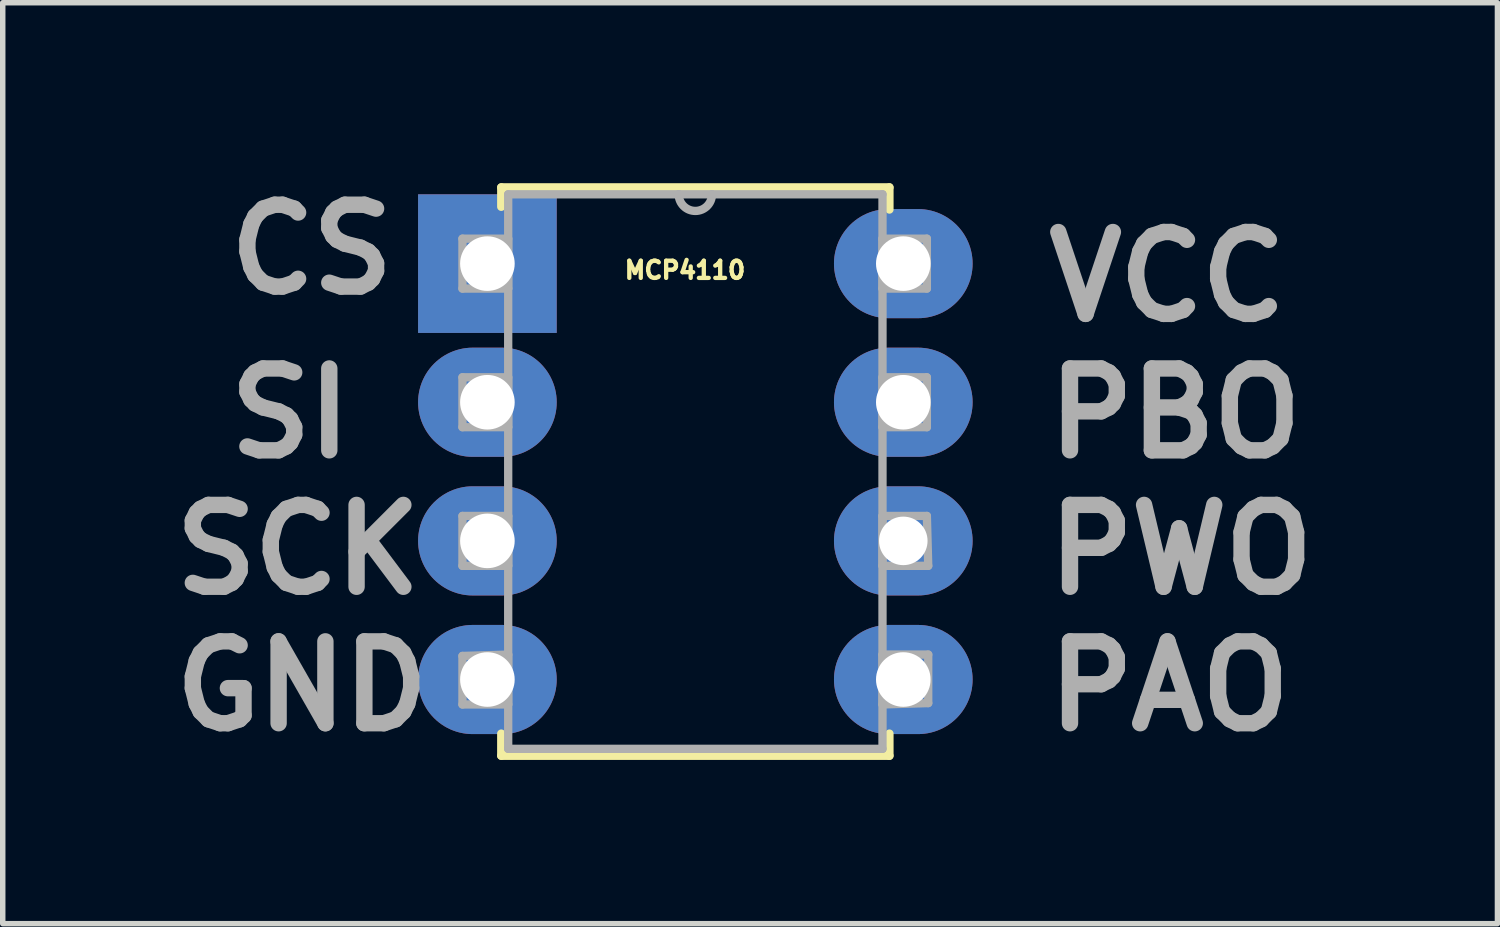
<source format=kicad_pcb>
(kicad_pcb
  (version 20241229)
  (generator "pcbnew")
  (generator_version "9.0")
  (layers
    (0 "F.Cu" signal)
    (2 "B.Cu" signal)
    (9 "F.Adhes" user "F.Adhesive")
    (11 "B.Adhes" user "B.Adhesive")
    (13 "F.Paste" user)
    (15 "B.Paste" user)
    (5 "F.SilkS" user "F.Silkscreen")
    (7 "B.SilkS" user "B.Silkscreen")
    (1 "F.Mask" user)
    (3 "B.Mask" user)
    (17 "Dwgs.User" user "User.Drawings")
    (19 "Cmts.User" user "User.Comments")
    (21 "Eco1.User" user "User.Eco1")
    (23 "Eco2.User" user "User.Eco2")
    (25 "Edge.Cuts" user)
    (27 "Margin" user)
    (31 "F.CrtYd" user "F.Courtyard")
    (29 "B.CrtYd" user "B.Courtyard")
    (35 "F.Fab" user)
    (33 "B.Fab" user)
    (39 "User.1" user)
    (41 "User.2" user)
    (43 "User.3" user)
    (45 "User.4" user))
  (footprint "MCP4110"
    (layer "F.Cu")
    (at 13.5 9.4)
    (property "Reference" "MCP4110" (at -4 -7.5 0) (layer "F.SilkS") (effects (font (size 0.315 0.315) (thickness 0.079))))
    (attr through_hole)
    (fp_line (start -7.366 -9.017) (end -7.366 -8.661) (stroke (width 0.152) (type solid)) (layer "F.SilkS"))
    (fp_line (start -7.366 0.991) (end -7.366 1.397) (stroke (width 0.152) (type solid)) (layer "F.SilkS"))
    (fp_line (start -7.366 1.397) (end -0.254 1.397) (stroke (width 0.152) (type solid)) (layer "F.SilkS"))
    (fp_line (start -0.254 -9.017) (end -7.366 -9.017) (stroke (width 0.152) (type solid)) (layer "F.SilkS"))
    (fp_line (start -0.254 -8.611) (end -0.254 -9.017) (stroke (width 0.152) (type solid)) (layer "F.SilkS"))
    (fp_line (start -0.254 1.397) (end -0.254 0.991) (stroke (width 0.152) (type solid)) (layer "F.SilkS"))
    (fp_line (start -8.077 -8.077) (end -8.077 -7.163) (stroke (width 0.152) (type solid)) (layer "F.Fab"))
    (fp_line (start -8.077 -7.163) (end -7.239 -7.163) (stroke (width 0.152) (type solid)) (layer "F.Fab"))
    (fp_line (start -8.077 -5.537) (end -8.077 -4.623) (stroke (width 0.152) (type solid)) (layer "F.Fab"))
    (fp_line (start -8.077 -4.623) (end -7.239 -4.623) (stroke (width 0.152) (type solid)) (layer "F.Fab"))
    (fp_line (start -8.077 -2.997) (end -8.077 -2.083) (stroke (width 0.152) (type solid)) (layer "F.Fab"))
    (fp_line (start -8.077 -2.083) (end -7.239 -2.083) (stroke (width 0.152) (type solid)) (layer "F.Fab"))
    (fp_line (start -8.077 -0.432) (end -8.077 0.457) (stroke (width 0.152) (type solid)) (layer "F.Fab"))
    (fp_line (start -8.077 0.457) (end -7.239 0.457) (stroke (width 0.152) (type solid)) (layer "F.Fab"))
    (fp_line (start -7.239 -8.89) (end -7.239 1.27) (stroke (width 0.152) (type solid)) (layer "F.Fab"))
    (fp_line (start -7.239 -8.077) (end -8.077 -8.077) (stroke (width 0.152) (type solid)) (layer "F.Fab"))
    (fp_line (start -7.239 -7.163) (end -7.239 -8.077) (stroke (width 0.152) (type solid)) (layer "F.Fab"))
    (fp_line (start -7.239 -5.537) (end -8.077 -5.537) (stroke (width 0.152) (type solid)) (layer "F.Fab"))
    (fp_line (start -7.239 -4.623) (end -7.239 -5.537) (stroke (width 0.152) (type solid)) (layer "F.Fab"))
    (fp_line (start -7.239 -2.997) (end -8.077 -2.997) (stroke (width 0.152) (type solid)) (layer "F.Fab"))
    (fp_line (start -7.239 -2.083) (end -7.239 -2.997) (stroke (width 0.152) (type solid)) (layer "F.Fab"))
    (fp_line (start -7.239 -0.457) (end -8.077 -0.432) (stroke (width 0.152) (type solid)) (layer "F.Fab"))
    (fp_line (start -7.239 0.457) (end -7.239 -0.457) (stroke (width 0.152) (type solid)) (layer "F.Fab"))
    (fp_line (start -7.239 1.27) (end -0.381 1.27) (stroke (width 0.152) (type solid)) (layer "F.Fab"))
    (fp_line (start -4.115 -8.89) (end -7.239 -8.89) (stroke (width 0.152) (type solid)) (layer "F.Fab"))
    (fp_line (start -3.505 -8.89) (end -4.115 -8.89) (stroke (width 0.152) (type solid)) (layer "F.Fab"))
    (fp_line (start -0.381 -8.89) (end -3.505 -8.89) (stroke (width 0.152) (type solid)) (layer "F.Fab"))
    (fp_line (start -0.381 -8.077) (end -0.381 -7.163) (stroke (width 0.152) (type solid)) (layer "F.Fab"))
    (fp_line (start -0.381 -7.163) (end 0.432 -7.163) (stroke (width 0.152) (type solid)) (layer "F.Fab"))
    (fp_line (start -0.381 -5.537) (end -0.381 -4.623) (stroke (width 0.152) (type solid)) (layer "F.Fab"))
    (fp_line (start -0.381 -4.623) (end 0.432 -4.623) (stroke (width 0.152) (type solid)) (layer "F.Fab"))
    (fp_line (start -0.381 -2.997) (end -0.381 -2.083) (stroke (width 0.152) (type solid)) (layer "F.Fab"))
    (fp_line (start -0.381 -2.083) (end 0.457 -2.083) (stroke (width 0.152) (type solid)) (layer "F.Fab"))
    (fp_line (start -0.381 -0.457) (end -0.381 0.457) (stroke (width 0.152) (type solid)) (layer "F.Fab"))
    (fp_line (start -0.381 0.457) (end 0.457 0.432) (stroke (width 0.152) (type solid)) (layer "F.Fab"))
    (fp_line (start -0.381 1.27) (end -0.381 -8.89) (stroke (width 0.152) (type solid)) (layer "F.Fab"))
    (fp_line (start 0.432 -8.077) (end -0.381 -8.077) (stroke (width 0.152) (type solid)) (layer "F.Fab"))
    (fp_line (start 0.432 -7.163) (end 0.432 -8.077) (stroke (width 0.152) (type solid)) (layer "F.Fab"))
    (fp_line (start 0.432 -5.537) (end -0.381 -5.537) (stroke (width 0.152) (type solid)) (layer "F.Fab"))
    (fp_line (start 0.432 -4.623) (end 0.432 -5.537) (stroke (width 0.152) (type solid)) (layer "F.Fab"))
    (fp_line (start 0.432 -2.997) (end -0.381 -2.997) (stroke (width 0.152) (type solid)) (layer "F.Fab"))
    (fp_line (start 0.457 -2.083) (end 0.432 -2.997) (stroke (width 0.152) (type solid)) (layer "F.Fab"))
    (fp_line (start 0.457 -0.457) (end -0.381 -0.457) (stroke (width 0.152) (type solid)) (layer "F.Fab"))
    (fp_line (start 0.457 0.432) (end 0.457 -0.457) (stroke (width 0.152) (type solid)) (layer "F.Fab"))
    (fp_arc (start -3.5052 -8.89) (mid -3.81 -8.5852) (end -4.1148 -8.89) (stroke (width 0.1524) (type solid)) (layer "F.Fab"))
    (fp_text user "PAO" (at 2.5 1 0) (unlocked yes) (layer "F.Fab") (effects (font (size 1.5 1.5) (thickness 0.3) (bold yes)) (justify left bottom)))
    (fp_text user "GND" (at -13.5 1 0) (unlocked yes) (layer "F.Fab") (effects (font (size 1.5 1.5) (thickness 0.3) (bold yes)) (justify left bottom)))
    (fp_text user "SCK" (at -13.5 -1.5 0) (unlocked yes) (layer "F.Fab") (effects (font (size 1.5 1.5) (thickness 0.3) (bold yes)) (justify left bottom)))
    (fp_text user "PWO" (at 2.5 -1.5 0) (unlocked yes) (layer "F.Fab") (effects (font (size 1.5 1.5) (thickness 0.3) (bold yes)) (justify left bottom)))
    (fp_text user "CS" (at -12.5 -7 0) (unlocked yes) (layer "F.Fab") (effects (font (size 1.5 1.5) (thickness 0.3) (bold yes)) (justify left bottom)))
    (fp_text user "VCC" (at 2.5 -6.5 0) (unlocked yes) (layer "F.Fab") (effects (font (size 1.5 1.5) (thickness 0.3) (bold yes)) (justify left bottom)))
    (fp_text user "PBO" (at 2.5 -4 0) (unlocked yes) (layer "F.Fab") (effects (font (size 1.5 1.5) (thickness 0.3) (bold yes)) (justify left bottom)))
    (fp_text user "SI" (at -12.5 -4 0) (unlocked yes) (layer "F.Fab") (effects (font (size 1.5 1.5) (thickness 0.3) (bold yes)) (justify left bottom)))
    (pad "1" thru_hole rect (at -7.62 -7.62) (size 2.54 2.54) (drill 1) (layers "*.Cu" "*.Mask"))
    (pad "2" thru_hole oval (at -7.62 -5.08) (size 2.54 2) (drill 1) (layers "*.Cu" "*.Mask"))
    (pad "3" thru_hole oval (at -7.62 -2.54) (size 2.54 2) (drill 1) (layers "*.Cu" "*.Mask"))
    (pad "4" thru_hole oval (at -7.62 0) (size 2.54 2) (drill 1) (layers "*.Cu" "*.Mask"))
    (pad "5" thru_hole oval (at 0 0) (size 2.54 2) (drill 1) (layers "*.Cu" "*.Mask"))
    (pad "6" thru_hole oval (at 0 -2.54) (size 2.54 2) (drill 0.889) (layers "*.Cu" "*.Mask"))
    (pad "7" thru_hole oval (at 0 -5.08) (size 2.54 2) (drill 1) (layers "*.Cu" "*.Mask"))
    (pad "8" thru_hole oval (at 0 -7.62) (size 2.54 2) (drill 1) (layers "*.Cu" "*.Mask")))
  (gr_rect
    (start -3 -3)
    (end 24.386 13.873)
    (stroke (width 0.1) (type default))
    (fill no)
    (layer "Edge.Cuts")))
</source>
